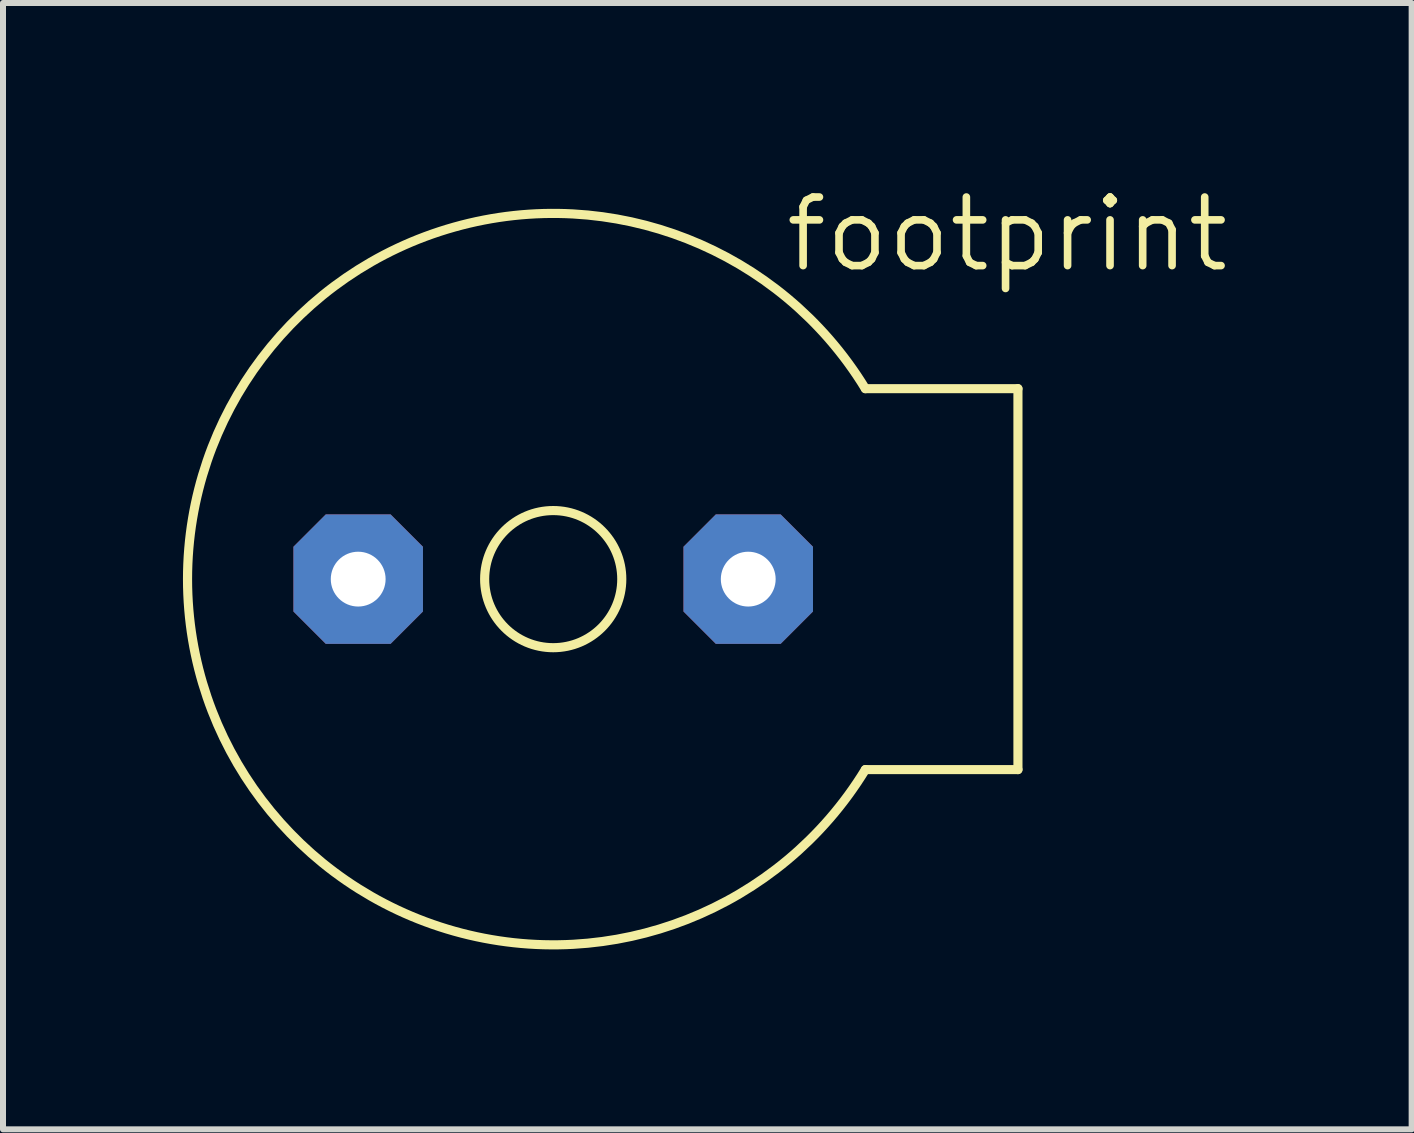
<source format=kicad_pcb>
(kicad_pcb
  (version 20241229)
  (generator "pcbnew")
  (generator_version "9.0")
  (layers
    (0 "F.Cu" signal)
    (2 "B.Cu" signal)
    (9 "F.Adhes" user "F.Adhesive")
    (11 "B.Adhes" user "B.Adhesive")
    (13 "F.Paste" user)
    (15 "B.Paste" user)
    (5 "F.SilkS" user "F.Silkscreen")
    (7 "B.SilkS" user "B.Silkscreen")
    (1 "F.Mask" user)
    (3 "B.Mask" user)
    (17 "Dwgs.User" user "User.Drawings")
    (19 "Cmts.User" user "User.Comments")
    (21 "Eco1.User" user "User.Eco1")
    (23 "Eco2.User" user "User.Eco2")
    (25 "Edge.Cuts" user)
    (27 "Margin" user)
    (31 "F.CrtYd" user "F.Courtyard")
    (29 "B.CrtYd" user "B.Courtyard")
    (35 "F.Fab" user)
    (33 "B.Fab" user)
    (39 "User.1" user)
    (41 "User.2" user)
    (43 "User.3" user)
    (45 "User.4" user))
  (footprint "footprint"
    (layer "F.Cu")
    (at 6.172 6.604)
    (property "Reference" "footprint" (at 3.81 -5.08 0) (layer "F.SilkS") (effects (font (size 1.143 1.143) (thickness 0.127)) (justify left bottom)))
    (fp_line (start 5.204 -3.175) (end 7.747 -3.175) (stroke (width 0.152) (type solid)) (layer "F.SilkS"))
    (fp_line (start 5.204 3.175) (end 7.747 3.175) (stroke (width 0.152) (type solid)) (layer "F.SilkS"))
    (fp_line (start 7.747 -3.175) (end 7.747 3.175) (stroke (width 0.152) (type solid)) (layer "F.SilkS"))
    (fp_arc (start 5.204 3.175) (mid -6.095899 0) (end 5.204 -3.175) (stroke (width 0.1524) (type solid)) (layer "F.SilkS"))
    (fp_circle (center 0 0) (end 1.143 0) (stroke (width 0.152) (type solid)) (fill no) (layer "F.SilkS"))
    (pad "+" thru_hole roundrect (at 3.251 0) (size 2.159 2.159) (drill 0.914) (layers "*.Cu" "*.Mask") (roundrect_rratio 0.25) (chamfer_ratio 0.25) (chamfer top_left top_right bottom_left bottom_right))
    (pad "-" thru_hole roundrect (at -3.251 0) (size 2.159 2.159) (drill 0.914) (layers "*.Cu" "*.Mask") (roundrect_rratio 0.25) (chamfer_ratio 0.25) (chamfer top_left top_right bottom_left bottom_right)))
  (gr_rect
    (start -3 -3)
    (end 20.482 15.776)
    (stroke (width 0.1) (type default))
    (fill no)
    (layer "Edge.Cuts")))
</source>
